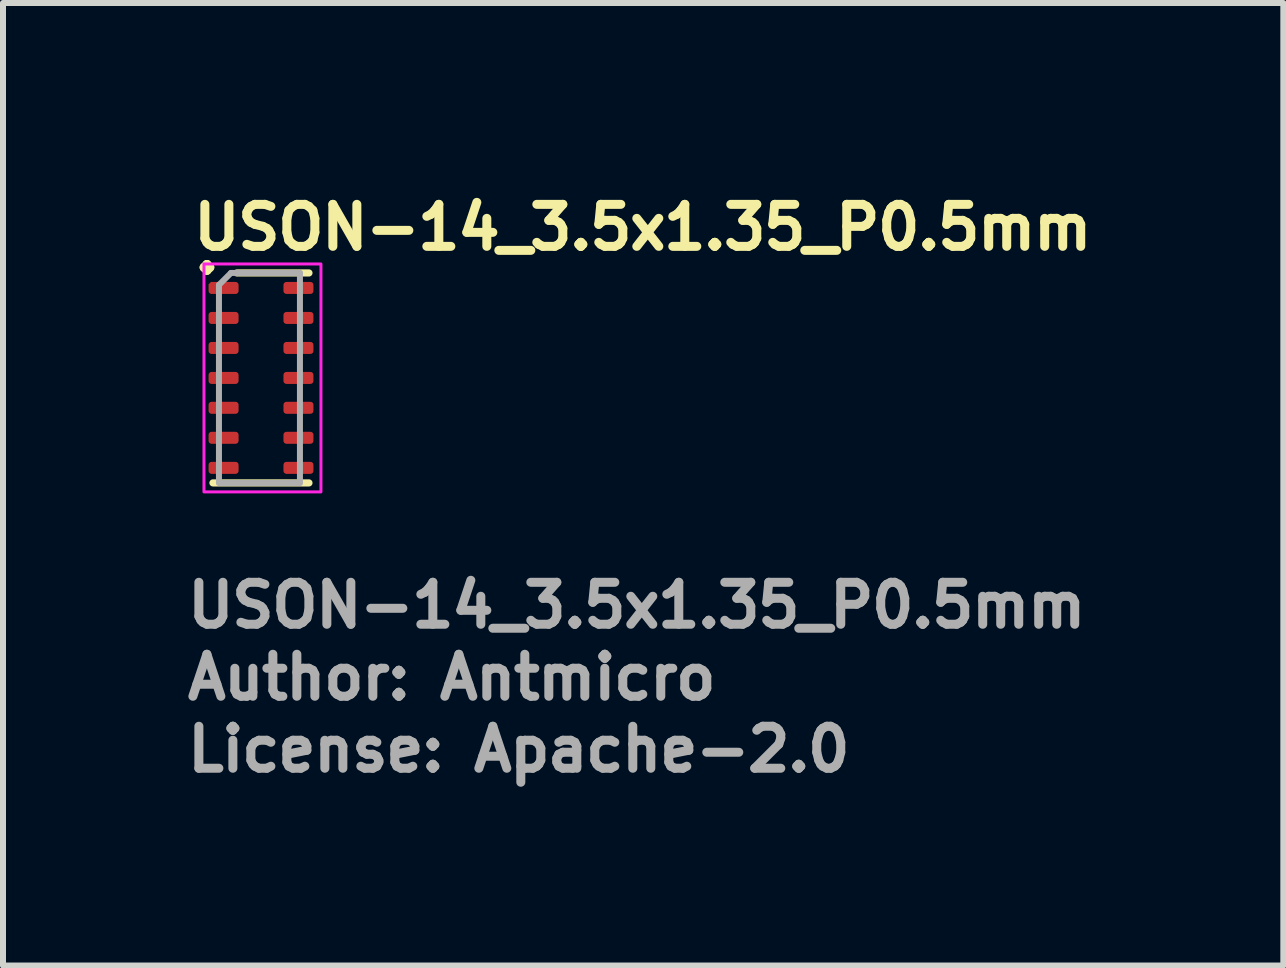
<source format=kicad_pcb>
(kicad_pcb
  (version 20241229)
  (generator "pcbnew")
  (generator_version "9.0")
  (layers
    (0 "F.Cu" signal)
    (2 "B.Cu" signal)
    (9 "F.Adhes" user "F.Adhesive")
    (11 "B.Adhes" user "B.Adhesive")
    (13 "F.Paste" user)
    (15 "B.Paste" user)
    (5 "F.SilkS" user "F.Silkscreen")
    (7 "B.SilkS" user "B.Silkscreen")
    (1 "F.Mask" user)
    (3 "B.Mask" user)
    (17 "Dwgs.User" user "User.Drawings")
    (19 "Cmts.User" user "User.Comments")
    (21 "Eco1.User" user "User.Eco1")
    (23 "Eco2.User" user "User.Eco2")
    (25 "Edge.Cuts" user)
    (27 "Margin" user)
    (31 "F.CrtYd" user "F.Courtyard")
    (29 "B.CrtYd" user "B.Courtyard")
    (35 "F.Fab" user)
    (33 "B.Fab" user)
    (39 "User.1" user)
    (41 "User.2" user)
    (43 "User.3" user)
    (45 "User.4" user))
  (footprint "USON-14_3.5x1.35_P0.5mm"
    (layer "F.Cu")
    (at 1.3 3.25)
    (property "Reference" "USON-14_3.5x1.35_P0.5mm" (at -1.2 -2.1 0) (layer "F.SilkS") (effects (font (size 0.7 0.7) (thickness 0.15)) (justify left bottom)))
    (attr smd)
    (fp_line (start -0.8 1.75) (end 0.8 1.75) (stroke (width 0.12) (type solid)) (layer "F.SilkS"))
    (fp_line (start -0.4 -1.75) (end 0.8 -1.75) (stroke (width 0.12) (type solid)) (layer "F.SilkS"))
    (fp_rect (start 1 -1.9) (end -0.95 1.9) (stroke (width 0.05) (type solid)) (fill no) (layer "F.CrtYd"))
    (fp_line (start -0.7 -1.55) (end -0.5 -1.75) (stroke (width 0.1) (type solid)) (layer "F.Fab"))
    (fp_line (start -0.7 1.75) (end -0.7 -1.55) (stroke (width 0.1) (type solid)) (layer "F.Fab"))
    (fp_line (start -0.5 -1.75) (end 0.65 -1.75) (stroke (width 0.1) (type solid)) (layer "F.Fab"))
    (fp_line (start 0.65 -1.75) (end 0.65 1.75) (stroke (width 0.1) (type solid)) (layer "F.Fab"))
    (fp_line (start 0.65 1.75) (end -0.7 1.75) (stroke (width 0.1) (type solid)) (layer "F.Fab"))
    (fp_line (start -0.685 -1.601) (end -0.685 -1.401) (stroke (width 0.02) (type solid)) (layer "User.9"))
    (fp_line (start -0.685 -1.401) (end -0.675 -1.401) (stroke (width 0.02) (type solid)) (layer "User.9"))
    (fp_line (start -0.685 -1.101) (end -0.685 -0.902) (stroke (width 0.02) (type solid)) (layer "User.9"))
    (fp_line (start -0.685 -0.902) (end -0.675 -0.902) (stroke (width 0.02) (type solid)) (layer "User.9"))
    (fp_line (start -0.685 -0.6) (end -0.685 -0.402) (stroke (width 0.02) (type solid)) (layer "User.9"))
    (fp_line (start -0.685 -0.402) (end -0.675 -0.402) (stroke (width 0.02) (type solid)) (layer "User.9"))
    (fp_line (start -0.685 -0.102) (end -0.685 0.1) (stroke (width 0.02) (type solid)) (layer "User.9"))
    (fp_line (start -0.685 0.1) (end -0.675 0.1) (stroke (width 0.02) (type solid)) (layer "User.9"))
    (fp_line (start -0.685 0.4) (end -0.685 0.598) (stroke (width 0.02) (type solid)) (layer "User.9"))
    (fp_line (start -0.685 0.598) (end -0.675 0.598) (stroke (width 0.02) (type solid)) (layer "User.9"))
    (fp_line (start -0.685 0.9) (end -0.685 1.1) (stroke (width 0.02) (type solid)) (layer "User.9"))
    (fp_line (start -0.685 1.1) (end -0.675 1.1) (stroke (width 0.02) (type solid)) (layer "User.9"))
    (fp_line (start -0.685 1.398) (end -0.685 1.6) (stroke (width 0.02) (type solid)) (layer "User.9"))
    (fp_line (start -0.685 1.6) (end -0.675 1.6) (stroke (width 0.02) (type solid)) (layer "User.9"))
    (fp_line (start -0.675 -1.75) (end -0.675 1.749) (stroke (width 0.02) (type solid)) (layer "User.9"))
    (fp_line (start -0.675 -1.601) (end -0.685 -1.601) (stroke (width 0.02) (type solid)) (layer "User.9"))
    (fp_line (start -0.675 -1.101) (end -0.685 -1.101) (stroke (width 0.02) (type solid)) (layer "User.9"))
    (fp_line (start -0.675 -0.6) (end -0.685 -0.6) (stroke (width 0.02) (type solid)) (layer "User.9"))
    (fp_line (start -0.675 -0.102) (end -0.685 -0.102) (stroke (width 0.02) (type solid)) (layer "User.9"))
    (fp_line (start -0.675 0.4) (end -0.685 0.4) (stroke (width 0.02) (type solid)) (layer "User.9"))
    (fp_line (start -0.675 0.9) (end -0.685 0.9) (stroke (width 0.02) (type solid)) (layer "User.9"))
    (fp_line (start -0.675 1.398) (end -0.685 1.398) (stroke (width 0.02) (type solid)) (layer "User.9"))
    (fp_line (start -0.675 1.749) (end 0.677 1.749) (stroke (width 0.02) (type solid)) (layer "User.9"))
    (fp_line (start -0.512 -1.461) (end -0.512 -1.453) (stroke (width 0.02) (type solid)) (layer "User.9"))
    (fp_line (start -0.512 -1.453) (end -0.512 -1.445) (stroke (width 0.02) (type solid)) (layer "User.9"))
    (fp_line (start -0.512 -1.445) (end -0.512 -1.445) (stroke (width 0.02) (type solid)) (layer "User.9"))
    (fp_line (start -0.512 -1.445) (end -0.512 -1.437) (stroke (width 0.02) (type solid)) (layer "User.9"))
    (fp_line (start -0.512 -1.437) (end -0.512 -1.429) (stroke (width 0.02) (type solid)) (layer "User.9"))
    (fp_line (start -0.512 -1.429) (end -0.511 -1.423) (stroke (width 0.02) (type solid)) (layer "User.9"))
    (fp_line (start -0.511 -1.467) (end -0.512 -1.461) (stroke (width 0.02) (type solid)) (layer "User.9"))
    (fp_line (start -0.511 -1.423) (end -0.509 -1.415) (stroke (width 0.02) (type solid)) (layer "User.9"))
    (fp_line (start -0.509 -1.475) (end -0.511 -1.467) (stroke (width 0.02) (type solid)) (layer "User.9"))
    (fp_line (start -0.509 -1.415) (end -0.508 -1.408) (stroke (width 0.02) (type solid)) (layer "User.9"))
    (fp_line (start -0.508 -1.483) (end -0.509 -1.475) (stroke (width 0.02) (type solid)) (layer "User.9"))
    (fp_line (start -0.508 -1.408) (end -0.506 -1.4) (stroke (width 0.02) (type solid)) (layer "User.9"))
    (fp_line (start -0.506 -1.489) (end -0.508 -1.483) (stroke (width 0.02) (type solid)) (layer "User.9"))
    (fp_line (start -0.506 -1.4) (end -0.503 -1.394) (stroke (width 0.02) (type solid)) (layer "User.9"))
    (fp_line (start -0.503 -1.497) (end -0.506 -1.489) (stroke (width 0.02) (type solid)) (layer "User.9"))
    (fp_line (start -0.503 -1.394) (end -0.501 -1.386) (stroke (width 0.02) (type solid)) (layer "User.9"))
    (fp_line (start -0.501 -1.503) (end -0.503 -1.497) (stroke (width 0.02) (type solid)) (layer "User.9"))
    (fp_line (start -0.501 -1.386) (end -0.499 -1.38) (stroke (width 0.02) (type solid)) (layer "User.9"))
    (fp_line (start -0.499 -1.511) (end -0.501 -1.503) (stroke (width 0.02) (type solid)) (layer "User.9"))
    (fp_line (start -0.499 -1.38) (end -0.495 -1.374) (stroke (width 0.02) (type solid)) (layer "User.9"))
    (fp_line (start -0.495 -1.517) (end -0.499 -1.511) (stroke (width 0.02) (type solid)) (layer "User.9"))
    (fp_line (start -0.495 -1.374) (end -0.492 -1.368) (stroke (width 0.02) (type solid)) (layer "User.9"))
    (fp_line (start -0.492 -1.523) (end -0.495 -1.517) (stroke (width 0.02) (type solid)) (layer "User.9"))
    (fp_line (start -0.492 -1.368) (end -0.488 -1.362) (stroke (width 0.02) (type solid)) (layer "User.9"))
    (fp_line (start -0.488 -1.529) (end -0.492 -1.523) (stroke (width 0.02) (type solid)) (layer "User.9"))
    (fp_line (start -0.488 -1.362) (end -0.484 -1.356) (stroke (width 0.02) (type solid)) (layer "User.9"))
    (fp_line (start -0.484 -1.535) (end -0.488 -1.529) (stroke (width 0.02) (type solid)) (layer "User.9"))
    (fp_line (start -0.484 -1.356) (end -0.479 -1.35) (stroke (width 0.02) (type solid)) (layer "User.9"))
    (fp_line (start -0.479 -1.54) (end -0.484 -1.535) (stroke (width 0.02) (type solid)) (layer "User.9"))
    (fp_line (start -0.479 -1.35) (end -0.474 -1.344) (stroke (width 0.02) (type solid)) (layer "User.9"))
    (fp_line (start -0.474 -1.546) (end -0.479 -1.54) (stroke (width 0.02) (type solid)) (layer "User.9"))
    (fp_line (start -0.474 -1.344) (end -0.47 -1.338) (stroke (width 0.02) (type solid)) (layer "User.9"))
    (fp_line (start -0.47 -1.552) (end -0.474 -1.546) (stroke (width 0.02) (type solid)) (layer "User.9"))
    (fp_line (start -0.47 -1.338) (end -0.463 -1.334) (stroke (width 0.02) (type solid)) (layer "User.9"))
    (fp_line (start -0.463 -1.556) (end -0.47 -1.552) (stroke (width 0.02) (type solid)) (layer "User.9"))
    (fp_line (start -0.463 -1.334) (end -0.458 -1.33) (stroke (width 0.02) (type solid)) (layer "User.9"))
    (fp_line (start -0.458 -1.56) (end -0.463 -1.556) (stroke (width 0.02) (type solid)) (layer "User.9"))
    (fp_line (start -0.458 -1.33) (end -0.452 -1.324) (stroke (width 0.02) (type solid)) (layer "User.9"))
    (fp_line (start -0.452 -1.566) (end -0.458 -1.56) (stroke (width 0.02) (type solid)) (layer "User.9"))
    (fp_line (start -0.452 -1.324) (end -0.446 -1.32) (stroke (width 0.02) (type solid)) (layer "User.9"))
    (fp_line (start -0.446 -1.57) (end -0.452 -1.566) (stroke (width 0.02) (type solid)) (layer "User.9"))
    (fp_line (start -0.446 -1.32) (end -0.44 -1.316) (stroke (width 0.02) (type solid)) (layer "User.9"))
    (fp_line (start -0.44 -1.574) (end -0.446 -1.57) (stroke (width 0.02) (type solid)) (layer "User.9"))
    (fp_line (start -0.44 -1.316) (end -0.435 -1.314) (stroke (width 0.02) (type solid)) (layer "User.9"))
    (fp_line (start -0.435 -1.576) (end -0.44 -1.574) (stroke (width 0.02) (type solid)) (layer "User.9"))
    (fp_line (start -0.435 -1.314) (end -0.429 -1.31) (stroke (width 0.02) (type solid)) (layer "User.9"))
    (fp_line (start -0.429 -1.58) (end -0.435 -1.576) (stroke (width 0.02) (type solid)) (layer "User.9"))
    (fp_line (start -0.429 -1.31) (end -0.422 -1.306) (stroke (width 0.02) (type solid)) (layer "User.9"))
    (fp_line (start -0.422 -1.584) (end -0.429 -1.58) (stroke (width 0.02) (type solid)) (layer "User.9"))
    (fp_line (start -0.422 -1.306) (end -0.415 -1.304) (stroke (width 0.02) (type solid)) (layer "User.9"))
    (fp_line (start -0.415 -1.586) (end -0.422 -1.584) (stroke (width 0.02) (type solid)) (layer "User.9"))
    (fp_line (start -0.415 -1.304) (end -0.408 -1.302) (stroke (width 0.02) (type solid)) (layer "User.9"))
    (fp_line (start -0.408 -1.588) (end -0.415 -1.586) (stroke (width 0.02) (type solid)) (layer "User.9"))
    (fp_line (start -0.408 -1.302) (end -0.4 -1.3) (stroke (width 0.02) (type solid)) (layer "User.9"))
    (fp_line (start -0.4 -1.59) (end -0.408 -1.588) (stroke (width 0.02) (type solid)) (layer "User.9"))
    (fp_line (start -0.4 -1.3) (end -0.393 -1.298) (stroke (width 0.02) (type solid)) (layer "User.9"))
    (fp_line (start -0.393 -1.592) (end -0.4 -1.59) (stroke (width 0.02) (type solid)) (layer "User.9"))
    (fp_line (start -0.393 -1.298) (end -0.385 -1.296) (stroke (width 0.02) (type solid)) (layer "User.9"))
    (fp_line (start -0.385 -1.594) (end -0.393 -1.592) (stroke (width 0.02) (type solid)) (layer "User.9"))
    (fp_line (start -0.385 -1.296) (end -0.378 -1.296) (stroke (width 0.02) (type solid)) (layer "User.9"))
    (fp_line (start -0.378 -1.594) (end -0.385 -1.594) (stroke (width 0.02) (type solid)) (layer "User.9"))
    (fp_line (start -0.378 -1.296) (end -0.371 -1.296) (stroke (width 0.02) (type solid)) (layer "User.9"))
    (fp_line (start -0.371 -1.594) (end -0.378 -1.594) (stroke (width 0.02) (type solid)) (layer "User.9"))
    (fp_line (start -0.371 -1.296) (end -0.364 -1.296) (stroke (width 0.02) (type solid)) (layer "User.9"))
    (fp_line (start -0.364 -1.594) (end -0.371 -1.594) (stroke (width 0.02) (type solid)) (layer "User.9"))
    (fp_line (start -0.364 -1.296) (end -0.356 -1.296) (stroke (width 0.02) (type solid)) (layer "User.9"))
    (fp_line (start -0.356 -1.594) (end -0.363 -1.594) (stroke (width 0.02) (type solid)) (layer "User.9"))
    (fp_line (start -0.356 -1.296) (end -0.348 -1.296) (stroke (width 0.02) (type solid)) (layer "User.9"))
    (fp_line (start -0.348 -1.594) (end -0.356 -1.594) (stroke (width 0.02) (type solid)) (layer "User.9"))
    (fp_line (start -0.348 -1.296) (end -0.341 -1.296) (stroke (width 0.02) (type solid)) (layer "User.9"))
    (fp_line (start -0.341 -1.594) (end -0.348 -1.594) (stroke (width 0.02) (type solid)) (layer "User.9"))
    (fp_line (start -0.341 -1.296) (end -0.332 -1.298) (stroke (width 0.02) (type solid)) (layer "User.9"))
    (fp_line (start -0.332 -1.592) (end -0.341 -1.594) (stroke (width 0.02) (type solid)) (layer "User.9"))
    (fp_line (start -0.332 -1.298) (end -0.325 -1.3) (stroke (width 0.02) (type solid)) (layer "User.9"))
    (fp_line (start -0.325 -1.59) (end -0.332 -1.592) (stroke (width 0.02) (type solid)) (layer "User.9"))
    (fp_line (start -0.325 -1.3) (end -0.318 -1.302) (stroke (width 0.02) (type solid)) (layer "User.9"))
    (fp_line (start -0.318 -1.588) (end -0.325 -1.59) (stroke (width 0.02) (type solid)) (layer "User.9"))
    (fp_line (start -0.318 -1.302) (end -0.311 -1.304) (stroke (width 0.02) (type solid)) (layer "User.9"))
    (fp_line (start -0.311 -1.586) (end -0.318 -1.588) (stroke (width 0.02) (type solid)) (layer "User.9"))
    (fp_line (start -0.311 -1.304) (end -0.305 -1.306) (stroke (width 0.02) (type solid)) (layer "User.9"))
    (fp_line (start -0.305 -1.584) (end -0.311 -1.586) (stroke (width 0.02) (type solid)) (layer "User.9"))
    (fp_line (start -0.305 -1.306) (end -0.298 -1.31) (stroke (width 0.02) (type solid)) (layer "User.9"))
    (fp_line (start -0.298 -1.58) (end -0.305 -1.584) (stroke (width 0.02) (type solid)) (layer "User.9"))
    (fp_line (start -0.298 -1.31) (end -0.292 -1.314) (stroke (width 0.02) (type solid)) (layer "User.9"))
    (fp_line (start -0.292 -1.576) (end -0.298 -1.58) (stroke (width 0.02) (type solid)) (layer "User.9"))
    (fp_line (start -0.292 -1.314) (end -0.286 -1.316) (stroke (width 0.02) (type solid)) (layer "User.9"))
    (fp_line (start -0.286 -1.574) (end -0.292 -1.576) (stroke (width 0.02) (type solid)) (layer "User.9"))
    (fp_line (start -0.286 -1.316) (end -0.28 -1.32) (stroke (width 0.02) (type solid)) (layer "User.9"))
    (fp_line (start -0.28 -1.57) (end -0.286 -1.574) (stroke (width 0.02) (type solid)) (layer "User.9"))
    (fp_line (start -0.28 -1.32) (end -0.273 -1.324) (stroke (width 0.02) (type solid)) (layer "User.9"))
    (fp_line (start -0.273 -1.566) (end -0.28 -1.57) (stroke (width 0.02) (type solid)) (layer "User.9"))
    (fp_line (start -0.273 -1.324) (end -0.267 -1.33) (stroke (width 0.02) (type solid)) (layer "User.9"))
    (fp_line (start -0.267 -1.56) (end -0.273 -1.566) (stroke (width 0.02) (type solid)) (layer "User.9"))
    (fp_line (start -0.267 -1.33) (end -0.262 -1.334) (stroke (width 0.02) (type solid)) (layer "User.9"))
    (fp_line (start -0.262 -1.556) (end -0.267 -1.56) (stroke (width 0.02) (type solid)) (layer "User.9"))
    (fp_line (start -0.262 -1.334) (end -0.256 -1.338) (stroke (width 0.02) (type solid)) (layer "User.9"))
    (fp_line (start -0.256 -1.552) (end -0.262 -1.556) (stroke (width 0.02) (type solid)) (layer "User.9"))
    (fp_line (start -0.256 -1.338) (end -0.252 -1.344) (stroke (width 0.02) (type solid)) (layer "User.9"))
    (fp_line (start -0.252 -1.546) (end -0.256 -1.552) (stroke (width 0.02) (type solid)) (layer "User.9"))
    (fp_line (start -0.252 -1.344) (end -0.247 -1.35) (stroke (width 0.02) (type solid)) (layer "User.9"))
    (fp_line (start -0.247 -1.54) (end -0.252 -1.546) (stroke (width 0.02) (type solid)) (layer "User.9"))
    (fp_line (start -0.247 -1.35) (end -0.242 -1.356) (stroke (width 0.02) (type solid)) (layer "User.9"))
    (fp_line (start -0.242 -1.535) (end -0.247 -1.54) (stroke (width 0.02) (type solid)) (layer "User.9"))
    (fp_line (start -0.242 -1.356) (end -0.238 -1.362) (stroke (width 0.02) (type solid)) (layer "User.9"))
    (fp_line (start -0.238 -1.529) (end -0.242 -1.535) (stroke (width 0.02) (type solid)) (layer "User.9"))
    (fp_line (start -0.238 -1.362) (end -0.234 -1.368) (stroke (width 0.02) (type solid)) (layer "User.9"))
    (fp_line (start -0.234 -1.523) (end -0.238 -1.529) (stroke (width 0.02) (type solid)) (layer "User.9"))
    (fp_line (start -0.234 -1.368) (end -0.231 -1.374) (stroke (width 0.02) (type solid)) (layer "User.9"))
    (fp_line (start -0.231 -1.517) (end -0.234 -1.523) (stroke (width 0.02) (type solid)) (layer "User.9"))
    (fp_line (start -0.231 -1.374) (end -0.227 -1.38) (stroke (width 0.02) (type solid)) (layer "User.9"))
    (fp_line (start -0.227 -1.511) (end -0.231 -1.517) (stroke (width 0.02) (type solid)) (layer "User.9"))
    (fp_line (start -0.227 -1.38) (end -0.224 -1.386) (stroke (width 0.02) (type solid)) (layer "User.9"))
    (fp_line (start -0.224 -1.503) (end -0.227 -1.511) (stroke (width 0.02) (type solid)) (layer "User.9"))
    (fp_line (start -0.224 -1.386) (end -0.222 -1.394) (stroke (width 0.02) (type solid)) (layer "User.9"))
    (fp_line (start -0.222 -1.497) (end -0.224 -1.503) (stroke (width 0.02) (type solid)) (layer "User.9"))
    (fp_line (start -0.222 -1.394) (end -0.219 -1.4) (stroke (width 0.02) (type solid)) (layer "User.9"))
    (fp_line (start -0.219 -1.489) (end -0.222 -1.497) (stroke (width 0.02) (type solid)) (layer "User.9"))
    (fp_line (start -0.219 -1.4) (end -0.217 -1.408) (stroke (width 0.02) (type solid)) (layer "User.9"))
    (fp_line (start -0.217 -1.483) (end -0.219 -1.489) (stroke (width 0.02) (type solid)) (layer "User.9"))
    (fp_line (start -0.217 -1.408) (end -0.216 -1.415) (stroke (width 0.02) (type solid)) (layer "User.9"))
    (fp_line (start -0.216 -1.475) (end -0.217 -1.483) (stroke (width 0.02) (type solid)) (layer "User.9"))
    (fp_line (start -0.216 -1.415) (end -0.214 -1.423) (stroke (width 0.02) (type solid)) (layer "User.9"))
    (fp_line (start -0.214 -1.467) (end -0.216 -1.475) (stroke (width 0.02) (type solid)) (layer "User.9"))
    (fp_line (start -0.214 -1.423) (end -0.213 -1.429) (stroke (width 0.02) (type solid)) (layer "User.9"))
    (fp_line (start -0.213 -1.461) (end -0.214 -1.467) (stroke (width 0.02) (type solid)) (layer "User.9"))
    (fp_line (start -0.213 -1.453) (end -0.213 -1.461) (stroke (width 0.02) (type solid)) (layer "User.9"))
    (fp_line (start -0.213 -1.445) (end -0.213 -1.453) (stroke (width 0.02) (type solid)) (layer "User.9"))
    (fp_line (start -0.213 -1.445) (end -0.213 -1.445) (stroke (width 0.02) (type solid)) (layer "User.9"))
    (fp_line (start -0.213 -1.437) (end -0.213 -1.445) (stroke (width 0.02) (type solid)) (layer "User.9"))
    (fp_line (start -0.213 -1.429) (end -0.213 -1.437) (stroke (width 0.02) (type solid)) (layer "User.9"))
    (fp_line (start 0.677 -1.75) (end -0.675 -1.75) (stroke (width 0.02) (type solid)) (layer "User.9"))
    (fp_line (start 0.677 -1.401) (end 0.687 -1.401) (stroke (width 0.02) (type solid)) (layer "User.9"))
    (fp_line (start 0.677 -0.902) (end 0.687 -0.902) (stroke (width 0.02) (type solid)) (layer "User.9"))
    (fp_line (start 0.677 -0.402) (end 0.687 -0.402) (stroke (width 0.02) (type solid)) (layer "User.9"))
    (fp_line (start 0.677 0.1) (end 0.687 0.1) (stroke (width 0.02) (type solid)) (layer "User.9"))
    (fp_line (start 0.677 0.598) (end 0.687 0.598) (stroke (width 0.02) (type solid)) (layer "User.9"))
    (fp_line (start 0.677 1.1) (end 0.687 1.1) (stroke (width 0.02) (type solid)) (layer "User.9"))
    (fp_line (start 0.677 1.6) (end 0.687 1.6) (stroke (width 0.02) (type solid)) (layer "User.9"))
    (fp_line (start 0.677 1.749) (end 0.677 -1.75) (stroke (width 0.02) (type solid)) (layer "User.9"))
    (fp_line (start 0.687 -1.601) (end 0.677 -1.601) (stroke (width 0.02) (type solid)) (layer "User.9"))
    (fp_line (start 0.687 -1.401) (end 0.687 -1.601) (stroke (width 0.02) (type solid)) (layer "User.9"))
    (fp_line (start 0.687 -1.101) (end 0.677 -1.101) (stroke (width 0.02) (type solid)) (layer "User.9"))
    (fp_line (start 0.687 -0.902) (end 0.687 -1.101) (stroke (width 0.02) (type solid)) (layer "User.9"))
    (fp_line (start 0.687 -0.6) (end 0.677 -0.6) (stroke (width 0.02) (type solid)) (layer "User.9"))
    (fp_line (start 0.687 -0.402) (end 0.687 -0.6) (stroke (width 0.02) (type solid)) (layer "User.9"))
    (fp_line (start 0.687 -0.102) (end 0.677 -0.102) (stroke (width 0.02) (type solid)) (layer "User.9"))
    (fp_line (start 0.687 0.1) (end 0.687 -0.102) (stroke (width 0.02) (type solid)) (layer "User.9"))
    (fp_line (start 0.687 0.4) (end 0.677 0.4) (stroke (width 0.02) (type solid)) (layer "User.9"))
    (fp_line (start 0.687 0.598) (end 0.687 0.4) (stroke (width 0.02) (type solid)) (layer "User.9"))
    (fp_line (start 0.687 0.9) (end 0.677 0.9) (stroke (width 0.02) (type solid)) (layer "User.9"))
    (fp_line (start 0.687 1.1) (end 0.687 0.9) (stroke (width 0.02) (type solid)) (layer "User.9"))
    (fp_line (start 0.687 1.398) (end 0.677 1.398) (stroke (width 0.02) (type solid)) (layer "User.9"))
    (fp_line (start 0.687 1.6) (end 0.687 1.398) (stroke (width 0.02) (type solid)) (layer "User.9"))
    (fp_text user "." (at -0.9 -2.25 0) (layer "F.SilkS") (effects (font (size 1 1) (thickness 0.15))))
    (fp_text user "Author: Antmicro" (at -1.3 5.4 0) (layer "F.Fab") (effects (font (size 0.7 0.7) (thickness 0.15)) (justify left bottom)))
    (fp_text user "${REFERENCE}" (at -1.3 4.2 0) (layer "F.Fab") (effects (font (size 0.7 0.7) (thickness 0.15)) (justify left bottom)))
    (fp_text user "License: Apache-2.0" (at -1.3 6.6 0) (layer "F.Fab") (effects (font (size 0.7 0.7) (thickness 0.15)) (justify left bottom)))
    (pad "1" smd roundrect (at -0.623 -1.5 270) (size 0.2 0.5) (layers "F.Cu" "F.Mask" "F.Paste") (roundrect_rratio 0.25) (chamfer_ratio 0.2) (chamfer bottom_left))
    (pad "2" smd roundrect (at -0.623 -1 270) (size 0.2 0.5) (layers "F.Cu" "F.Mask" "F.Paste") (roundrect_rratio 0.25))
    (pad "3" smd roundrect (at -0.623 -0.5 270) (size 0.2 0.5) (layers "F.Cu" "F.Mask" "F.Paste") (roundrect_rratio 0.25))
    (pad "4" smd roundrect (at -0.623 0 270) (size 0.2 0.5) (layers "F.Cu" "F.Mask" "F.Paste") (roundrect_rratio 0.25))
    (pad "5" smd roundrect (at -0.623 0.498 270) (size 0.2 0.5) (layers "F.Cu" "F.Mask" "F.Paste") (roundrect_rratio 0.25))
    (pad "6" smd roundrect (at -0.623 0.998 270) (size 0.2 0.5) (layers "F.Cu" "F.Mask" "F.Paste") (roundrect_rratio 0.25))
    (pad "7" smd roundrect (at -0.623 1.499 270) (size 0.2 0.5) (layers "F.Cu" "F.Mask" "F.Paste") (roundrect_rratio 0.25))
    (pad "8" smd roundrect (at 0.625 1.499 270) (size 0.2 0.5) (layers "F.Cu" "F.Mask" "F.Paste") (roundrect_rratio 0.25))
    (pad "9" smd roundrect (at 0.625 0.998 270) (size 0.2 0.5) (layers "F.Cu" "F.Mask" "F.Paste") (roundrect_rratio 0.25))
    (pad "10" smd roundrect (at 0.625 0.498 270) (size 0.2 0.5) (layers "F.Cu" "F.Mask" "F.Paste") (roundrect_rratio 0.25))
    (pad "11" smd roundrect (at 0.625 0 270) (size 0.2 0.5) (layers "F.Cu" "F.Mask" "F.Paste") (roundrect_rratio 0.25))
    (pad "12" smd roundrect (at 0.625 -0.5 270) (size 0.2 0.5) (layers "F.Cu" "F.Mask" "F.Paste") (roundrect_rratio 0.25))
    (pad "13" smd roundrect (at 0.625 -1 270) (size 0.2 0.5) (layers "F.Cu" "F.Mask" "F.Paste") (roundrect_rratio 0.25))
    (pad "14" smd roundrect (at 0.625 -1.5 270) (size 0.2 0.5) (layers "F.Cu" "F.Mask" "F.Paste") (roundrect_rratio 0.25)))
  (gr_rect
    (start -3 -3)
    (end 18.343 13.046)
    (stroke (width 0.1) (type default))
    (fill no)
    (layer "Edge.Cuts")))
</source>
